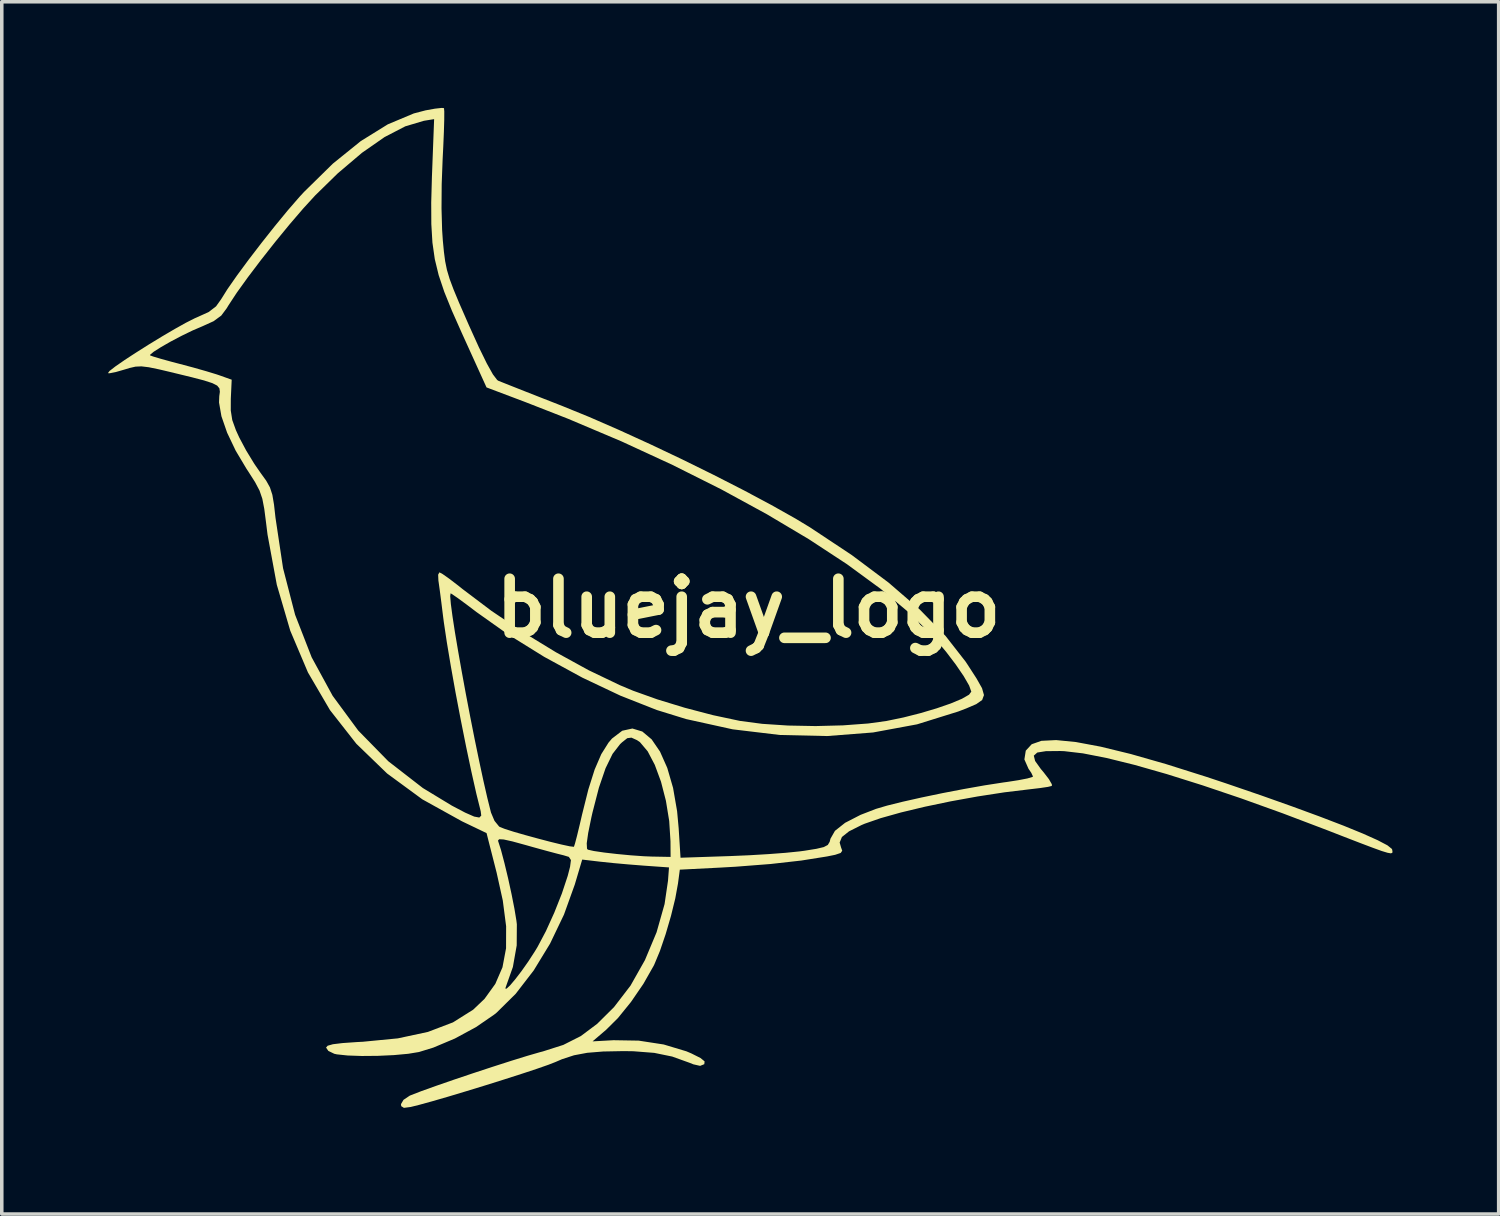
<source format=kicad_pcb>
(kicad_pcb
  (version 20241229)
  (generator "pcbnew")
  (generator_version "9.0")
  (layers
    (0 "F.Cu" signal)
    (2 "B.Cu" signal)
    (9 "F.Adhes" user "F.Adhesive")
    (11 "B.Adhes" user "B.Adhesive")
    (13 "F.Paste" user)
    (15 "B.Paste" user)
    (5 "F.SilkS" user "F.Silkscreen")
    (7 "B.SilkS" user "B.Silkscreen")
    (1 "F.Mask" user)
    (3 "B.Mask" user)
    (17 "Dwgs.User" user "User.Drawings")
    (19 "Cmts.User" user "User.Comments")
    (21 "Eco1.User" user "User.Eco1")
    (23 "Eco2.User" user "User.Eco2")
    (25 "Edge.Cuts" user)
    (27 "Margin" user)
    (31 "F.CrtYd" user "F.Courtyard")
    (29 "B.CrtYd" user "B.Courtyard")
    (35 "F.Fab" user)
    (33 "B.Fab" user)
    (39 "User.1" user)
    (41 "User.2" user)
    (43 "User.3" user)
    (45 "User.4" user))
  (footprint "bluejay_logo"
    (layer "F.Cu")
    (at 18.103 14.141)
    (property "Reference" "bluejay_logo" (at 0 0 0) (layer "F.SilkS") (effects (font (size 1.524 1.524) (thickness 0.3))))
    (attr board_only exclude_from_pos_files exclude_from_bom)
    (fp_poly (pts (xy -8.605 -14.135) (xy -8.597 -14.042) (xy -8.598 -13.809) (xy -8.608 -13.464) (xy -8.626 -13.037) (xy -8.643 -12.7) (xy -8.67 -11.987) (xy -8.675 -11.3) (xy -8.658 -10.693) (xy -8.638 -10.396) (xy -8.607 -10.073) (xy -8.572 -9.807) (xy -8.522 -9.563) (xy -8.446 -9.308) (xy -8.334 -9.008) (xy -8.177 -8.63) (xy -7.962 -8.139) (xy -7.899 -7.995) (xy -7.62 -7.379) (xy -7.395 -6.919) (xy -7.223 -6.611) (xy -7.102 -6.452) (xy -7.07 -6.43) (xy -6.942 -6.379) (xy -6.683 -6.276) (xy -6.319 -6.132) (xy -5.876 -5.958) (xy -5.381 -5.764) (xy -5.249 -5.712) (xy -4.496 -5.405) (xy -3.662 -5.041) (xy -2.777 -4.637) (xy -1.873 -4.208) (xy -0.98 -3.768) (xy -0.129 -3.333) (xy 0.648 -2.918) (xy 1.322 -2.539) (xy 1.736 -2.289) (xy 2.921 -1.503) (xy 3.959 -0.726) (xy 4.843 0.037) (xy 5.571 0.783) (xy 6.136 1.507) (xy 6.191 1.59) (xy 6.444 1.981) (xy 6.601 2.259) (xy 6.656 2.453) (xy 6.604 2.593) (xy 6.438 2.709) (xy 6.152 2.832) (xy 5.927 2.918) (xy 4.765 3.28) (xy 3.521 3.51) (xy 2.22 3.611) (xy 0.889 3.581) (xy -0.447 3.421) (xy -1.763 3.131) (xy -2.591 2.875) (xy -3.616 2.471) (xy -4.694 1.961) (xy -5.774 1.372) (xy -6.805 0.732) (xy -7.683 0.109) (xy -7.975 -0.112) (xy -8.215 -0.288) (xy -8.373 -0.397) (xy -8.418 -0.423) (xy -8.43 -0.344) (xy -8.411 -0.12) (xy -8.365 0.226) (xy -8.296 0.675) (xy -8.207 1.203) (xy -8.103 1.791) (xy -7.988 2.417) (xy -7.865 3.059) (xy -7.739 3.696) (xy -7.613 4.306) (xy -7.492 4.87) (xy -7.379 5.364) (xy -7.278 5.768) (xy -7.275 5.777) (xy -7.178 6.007) (xy -7.048 6.167) (xy -7.024 6.182) (xy -6.883 6.237) (xy -6.632 6.317) (xy -6.308 6.41) (xy -5.95 6.508) (xy -5.596 6.601) (xy -5.284 6.677) (xy -5.052 6.727) (xy -4.937 6.741) (xy -4.932 6.739) (xy -4.903 6.649) (xy -4.901 6.642) (xy -4.571 6.642) (xy -4.563 6.794) (xy -4.54 6.822) (xy -4.37 6.86) (xy -4.079 6.903) (xy -3.714 6.945) (xy -3.324 6.982) (xy -2.956 7.008) (xy -2.731 7.017) (xy -2.201 7.027) (xy -2.204 6.583) (xy -2.24 6.012) (xy -2.333 5.441) (xy -2.472 4.901) (xy -2.648 4.424) (xy -2.849 4.042) (xy -3.066 3.785) (xy -3.15 3.727) (xy -3.307 3.656) (xy -3.425 3.671) (xy -3.573 3.788) (xy -3.628 3.84) (xy -3.841 4.115) (xy -4.039 4.521) (xy -4.227 5.07) (xy -4.409 5.775) (xy -4.44 5.912) (xy -4.53 6.352) (xy -4.571 6.642) (xy -4.901 6.642) (xy -4.845 6.429) (xy -4.769 6.115) (xy -4.703 5.831) (xy -4.525 5.119) (xy -4.347 4.557) (xy -4.16 4.123) (xy -3.956 3.798) (xy -3.857 3.682) (xy -3.568 3.461) (xy -3.28 3.398) (xy -3 3.483) (xy -2.737 3.704) (xy -2.5 4.05) (xy -2.295 4.511) (xy -2.131 5.076) (xy -2.017 5.734) (xy -1.973 6.213) (xy -1.92 7.05) (xy -0.516 7.003) (xy 0.021 6.98) (xy 0.559 6.948) (xy 1.049 6.911) (xy 1.443 6.871) (xy 1.579 6.853) (xy 1.92 6.798) (xy 2.128 6.749) (xy 2.242 6.689) (xy 2.295 6.6) (xy 2.317 6.513) (xy 2.444 6.29) (xy 2.731 6.063) (xy 3.168 5.838) (xy 3.605 5.669) (xy 3.917 5.577) (xy 4.36 5.467) (xy 4.894 5.347) (xy 5.484 5.224) (xy 6.09 5.108) (xy 6.677 5.004) (xy 7.206 4.922) (xy 7.303 4.909) (xy 7.632 4.858) (xy 7.885 4.809) (xy 8.025 4.767) (xy 8.041 4.754) (xy 7.993 4.651) (xy 7.914 4.535) (xy 7.798 4.272) (xy 7.837 4.024) (xy 8.005 3.842) (xy 8.279 3.746) (xy 8.695 3.725) (xy 9.253 3.78) (xy 9.954 3.911) (xy 10.802 4.118) (xy 11.796 4.402) (xy 12.939 4.763) (xy 13.504 4.951) (xy 14.482 5.286) (xy 15.366 5.6) (xy 16.148 5.887) (xy 16.818 6.144) (xy 17.366 6.368) (xy 17.783 6.555) (xy 18.059 6.7) (xy 18.184 6.801) (xy 18.191 6.816) (xy 18.201 6.873) (xy 18.196 6.912) (xy 18.155 6.926) (xy 18.062 6.91) (xy 17.897 6.86) (xy 17.643 6.768) (xy 17.281 6.631) (xy 16.792 6.442) (xy 16.345 6.268) (xy 15.104 5.797) (xy 13.928 5.374) (xy 12.83 5.003) (xy 11.822 4.686) (xy 10.914 4.427) (xy 10.121 4.231) (xy 9.452 4.1) (xy 8.922 4.038) (xy 8.808 4.034) (xy 8.406 4.038) (xy 8.162 4.077) (xy 8.064 4.165) (xy 8.101 4.315) (xy 8.262 4.541) (xy 8.339 4.632) (xy 8.492 4.831) (xy 8.574 4.974) (xy 8.574 5.021) (xy 8.462 5.048) (xy 8.232 5.082) (xy 7.959 5.114) (xy 7.237 5.201) (xy 6.478 5.318) (xy 5.716 5.456) (xy 4.983 5.609) (xy 4.312 5.77) (xy 3.735 5.932) (xy 3.286 6.088) (xy 3.194 6.127) (xy 2.842 6.304) (xy 2.641 6.464) (xy 2.577 6.621) (xy 2.616 6.757) (xy 2.65 6.852) (xy 2.606 6.915) (xy 2.451 6.967) (xy 2.22 7.014) (xy 1.496 7.129) (xy 0.627 7.227) (xy -0.363 7.304) (xy -0.822 7.33) (xy -1.94 7.387) (xy -1.992 7.779) (xy -2.068 8.198) (xy -2.19 8.695) (xy -2.341 9.211) (xy -2.503 9.687) (xy -2.659 10.062) (xy -2.676 10.098) (xy -2.97 10.615) (xy -3.321 11.127) (xy -3.69 11.582) (xy -4.022 11.912) (xy -4.406 12.24) (xy -3.815 12.207) (xy -3.104 12.219) (xy -2.395 12.328) (xy -1.754 12.521) (xy -1.615 12.58) (xy -1.356 12.71) (xy -1.24 12.805) (xy -1.248 12.881) (xy -1.252 12.886) (xy -1.366 12.932) (xy -1.557 12.889) (xy -1.669 12.844) (xy -2.156 12.669) (xy -2.663 12.565) (xy -3.252 12.519) (xy -3.529 12.515) (xy -4.105 12.526) (xy -4.557 12.563) (xy -4.93 12.633) (xy -5.27 12.744) (xy -5.461 12.826) (xy -5.656 12.902) (xy -5.983 13.016) (xy -6.409 13.157) (xy -6.904 13.316) (xy -7.436 13.483) (xy -7.974 13.648) (xy -8.486 13.802) (xy -8.942 13.934) (xy -9.309 14.035) (xy -9.546 14.094) (xy -9.738 14.119) (xy -9.813 14.072) (xy -9.821 14.015) (xy -9.75 13.893) (xy -9.576 13.776) (xy -9.546 13.763) (xy -9.252 13.649) (xy -8.834 13.499) (xy -8.332 13.325) (xy -7.783 13.14) (xy -7.226 12.957) (xy -6.7 12.788) (xy -6.244 12.647) (xy -5.895 12.546) (xy -5.81 12.524) (xy -5.233 12.34) (xy -4.738 12.09) (xy -4.277 11.745) (xy -3.801 11.273) (xy -3.334 10.665) (xy -2.926 9.943) (xy -2.597 9.157) (xy -2.371 8.359) (xy -2.274 7.7) (xy -2.246 7.324) (xy -2.965 7.273) (xy -3.38 7.24) (xy -3.807 7.202) (xy -4.16 7.165) (xy -4.191 7.162) (xy -4.699 7.102) (xy -4.908 7.806) (xy -5.214 8.657) (xy -5.608 9.479) (xy -6.07 10.236) (xy -6.579 10.896) (xy -7.114 11.425) (xy -7.186 11.483) (xy -7.701 11.837) (xy -8.298 12.16) (xy -8.906 12.416) (xy -9.313 12.541) (xy -9.617 12.591) (xy -10.021 12.628) (xy -10.474 12.649) (xy -10.927 12.653) (xy -11.33 12.639) (xy -11.632 12.607) (xy -11.705 12.591) (xy -11.873 12.51) (xy -11.938 12.415) (xy -11.893 12.363) (xy -11.745 12.321) (xy -11.474 12.288) (xy -11.06 12.259) (xy -10.901 12.251) (xy -9.909 12.155) (xy -9.06 11.973) (xy -8.351 11.703) (xy -7.78 11.344) (xy -7.46 11.039) (xy -7.155 10.616) (xy -6.952 10.146) (xy -6.851 9.609) (xy -6.849 8.987) (xy -6.943 8.261) (xy -7.117 7.474) (xy -7.349 6.564) (xy -7.078 6.564) (xy -7.074 6.582) (xy -6.994 6.832) (xy -6.897 7.199) (xy -6.793 7.632) (xy -6.695 8.082) (xy -6.613 8.498) (xy -6.558 8.83) (xy -6.546 8.932) (xy -6.55 9.528) (xy -6.658 10.138) (xy -6.831 10.626) (xy -6.873 10.747) (xy -6.836 10.75) (xy -6.735 10.655) (xy -6.588 10.481) (xy -6.412 10.251) (xy -6.223 9.983) (xy -6.039 9.699) (xy -5.963 9.574) (xy -5.725 9.125) (xy -5.487 8.6) (xy -5.273 8.06) (xy -5.109 7.565) (xy -5.042 7.306) (xy -5.017 7.116) (xy -5.076 7.026) (xy -5.222 6.982) (xy -5.405 6.936) (xy -5.702 6.857) (xy -6.065 6.757) (xy -6.291 6.693) (xy -6.674 6.588) (xy -6.918 6.534) (xy -7.046 6.527) (xy -7.078 6.564) (xy -7.349 6.564) (xy -7.402 6.354) (xy -8.096 6.021) (xy -9.218 5.399) (xy -10.213 4.669) (xy -11.082 3.829) (xy -11.827 2.878) (xy -12.45 1.813) (xy -12.95 0.633) (xy -13.33 -0.665) (xy -13.592 -2.082) (xy -13.633 -2.412) (xy -13.684 -2.808) (xy -13.739 -3.095) (xy -13.819 -3.328) (xy -13.946 -3.568) (xy -14.14 -3.872) (xy -14.183 -3.936) (xy -14.492 -4.454) (xy -14.734 -4.962) (xy -14.895 -5.427) (xy -14.963 -5.817) (xy -14.956 -5.994) (xy -14.939 -6.119) (xy -14.952 -6.215) (xy -15.015 -6.293) (xy -15.152 -6.363) (xy -15.386 -6.439) (xy -15.739 -6.531) (xy -16.233 -6.651) (xy -16.242 -6.654) (xy -16.657 -6.752) (xy -16.948 -6.812) (xy -17.157 -6.837) (xy -17.324 -6.829) (xy -17.491 -6.791) (xy -17.635 -6.747) (xy -17.882 -6.676) (xy -18.054 -6.642) (xy -18.103 -6.645) (xy -18.057 -6.707) (xy -17.891 -6.836) (xy -17.632 -7.015) (xy -17.429 -7.148) (xy -16.913 -7.148) (xy -16.821 -7.114) (xy -16.603 -7.049) (xy -16.295 -6.964) (xy -16.081 -6.908) (xy -15.69 -6.804) (xy -15.321 -6.699) (xy -15.032 -6.611) (xy -14.944 -6.581) (xy -14.605 -6.46) (xy -14.63 -5.918) (xy -14.631 -5.589) (xy -14.589 -5.32) (xy -14.486 -5.034) (xy -14.391 -4.826) (xy -14.196 -4.46) (xy -13.963 -4.078) (xy -13.789 -3.827) (xy -13.629 -3.605) (xy -13.524 -3.416) (xy -13.456 -3.208) (xy -13.409 -2.93) (xy -13.367 -2.557) (xy -13.153 -1.131) (xy -12.813 0.183) (xy -12.345 1.385) (xy -11.751 2.475) (xy -11.029 3.455) (xy -10.179 4.323) (xy -9.201 5.081) (xy -8.382 5.578) (xy -8.005 5.776) (xy -7.752 5.887) (xy -7.607 5.914) (xy -7.552 5.86) (xy -7.567 5.736) (xy -7.69 5.243) (xy -7.83 4.621) (xy -7.98 3.91) (xy -8.132 3.149) (xy -8.279 2.378) (xy -8.412 1.634) (xy -8.525 0.959) (xy -8.61 0.39) (xy -8.633 0.212) (xy -8.679 -0.159) (xy -8.722 -0.491) (xy -8.755 -0.729) (xy -8.763 -0.783) (xy -8.77 -0.951) (xy -8.734 -1.016) (xy -8.642 -0.966) (xy -8.453 -0.833) (xy -8.201 -0.64) (xy -8.08 -0.543) (xy -7.268 0.07) (xy -6.374 0.674) (xy -5.441 1.243) (xy -4.514 1.752) (xy -3.635 2.173) (xy -3.26 2.33) (xy -2.578 2.574) (xy -1.802 2.811) (xy -1.006 3.02) (xy -0.264 3.178) (xy -0.228 3.185) (xy 0.39 3.266) (xy 1.117 3.314) (xy 1.896 3.329) (xy 2.671 3.309) (xy 3.385 3.256) (xy 3.895 3.186) (xy 4.379 3.086) (xy 4.863 2.963) (xy 5.318 2.828) (xy 5.717 2.69) (xy 6.032 2.558) (xy 6.234 2.442) (xy 6.298 2.356) (xy 6.236 2.183) (xy 6.082 1.917) (xy 5.858 1.589) (xy 5.586 1.231) (xy 5.287 0.874) (xy 5.213 0.791) (xy 4.552 0.135) (xy 3.739 -0.546) (xy 2.786 -1.244) (xy 1.708 -1.951) (xy 0.518 -2.659) (xy -0.771 -3.362) (xy -2.144 -4.05) (xy -3.589 -4.717) (xy -5.092 -5.353) (xy -6.314 -5.831) (xy -7.403 -6.242) (xy -8.103 -7.783) (xy -8.381 -8.409) (xy -8.596 -8.94) (xy -8.755 -9.414) (xy -8.865 -9.867) (xy -8.932 -10.336) (xy -8.963 -10.856) (xy -8.966 -11.466) (xy -8.946 -12.201) (xy -8.94 -12.352) (xy -8.884 -13.824) (xy -9.174 -13.777) (xy -9.698 -13.621) (xy -10.283 -13.318) (xy -10.922 -12.873) (xy -11.607 -12.292) (xy -12.245 -11.668) (xy -12.581 -11.301) (xy -12.965 -10.854) (xy -13.371 -10.359) (xy -13.773 -9.849) (xy -14.146 -9.357) (xy -14.463 -8.916) (xy -14.698 -8.558) (xy -14.745 -8.48) (xy -14.899 -8.273) (xy -15.115 -8.114) (xy -15.43 -7.971) (xy -15.708 -7.852) (xy -16.019 -7.701) (xy -16.329 -7.538) (xy -16.603 -7.381) (xy -16.808 -7.251) (xy -16.91 -7.166) (xy -16.913 -7.148) (xy -17.429 -7.148) (xy -17.307 -7.227) (xy -16.945 -7.456) (xy -16.571 -7.684) (xy -16.213 -7.894) (xy -15.898 -8.07) (xy -15.653 -8.194) (xy -15.573 -8.229) (xy -15.254 -8.374) (xy -15.047 -8.533) (xy -14.905 -8.732) (xy -14.725 -9.019) (xy -14.458 -9.402) (xy -14.129 -9.848) (xy -13.763 -10.325) (xy -13.385 -10.802) (xy -13.019 -11.247) (xy -12.69 -11.626) (xy -12.56 -11.767) (xy -11.745 -12.567) (xy -10.956 -13.204) (xy -10.193 -13.677) (xy -9.459 -13.985) (xy -9.126 -14.072) (xy -8.86 -14.12) (xy -8.669 -14.141)) (stroke (width 0) (type solid)) (fill yes) (layer "F.SilkS")))
  (gr_rect
    (start -3 -3)
    (end 39.305 31.26)
    (stroke (width 0.1) (type default))
    (fill no)
    (layer "Edge.Cuts")))
</source>
